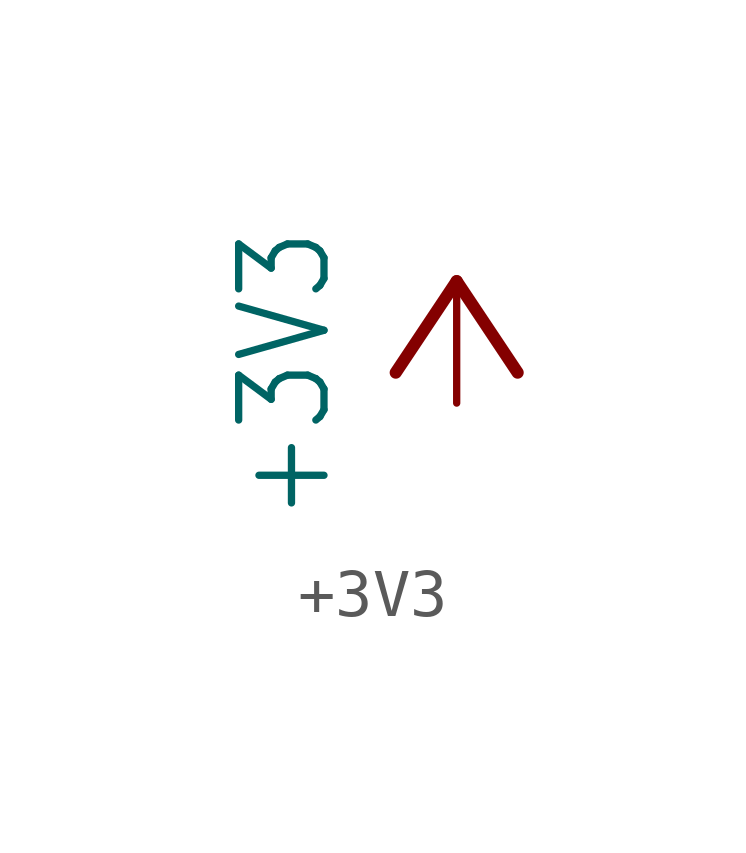
<source format=kicad_sym>
(kicad_symbol_lib
  (version 20220914)
  (generator kicad_symbol_editor)
  (symbol "+3V3"
    (power)
    (property "Reference" "#+3V3"
      (at 0 0 0)
      (effects (font (size 1.27 1.27)) hide))
    (property "Value" "+3V3"
      (at -2.54 -5.08 90)
      (effects (font (size 1.778 1.511)) (justify left bottom)))
    (property "ki_locked" ""
      (at 0 0 0)
      (effects (font (size 1.27 1.27))))
    (symbol "+3V3_1_0"
      (polyline (pts (xy 0 0) (xy -1.27 -1.905)) (stroke (width 0.254) (type solid)) (fill (type none)))
      (polyline (pts (xy 1.27 -1.905) (xy 0 0)) (stroke (width 0.254) (type solid)) (fill (type none)))
      (pin power_in line (at 0 -2.54 90) (length 2.54) (name "+3V3" (effects (font (size 0 0)))) (number "1" (effects (font (size 0 0))))))))
</source>
